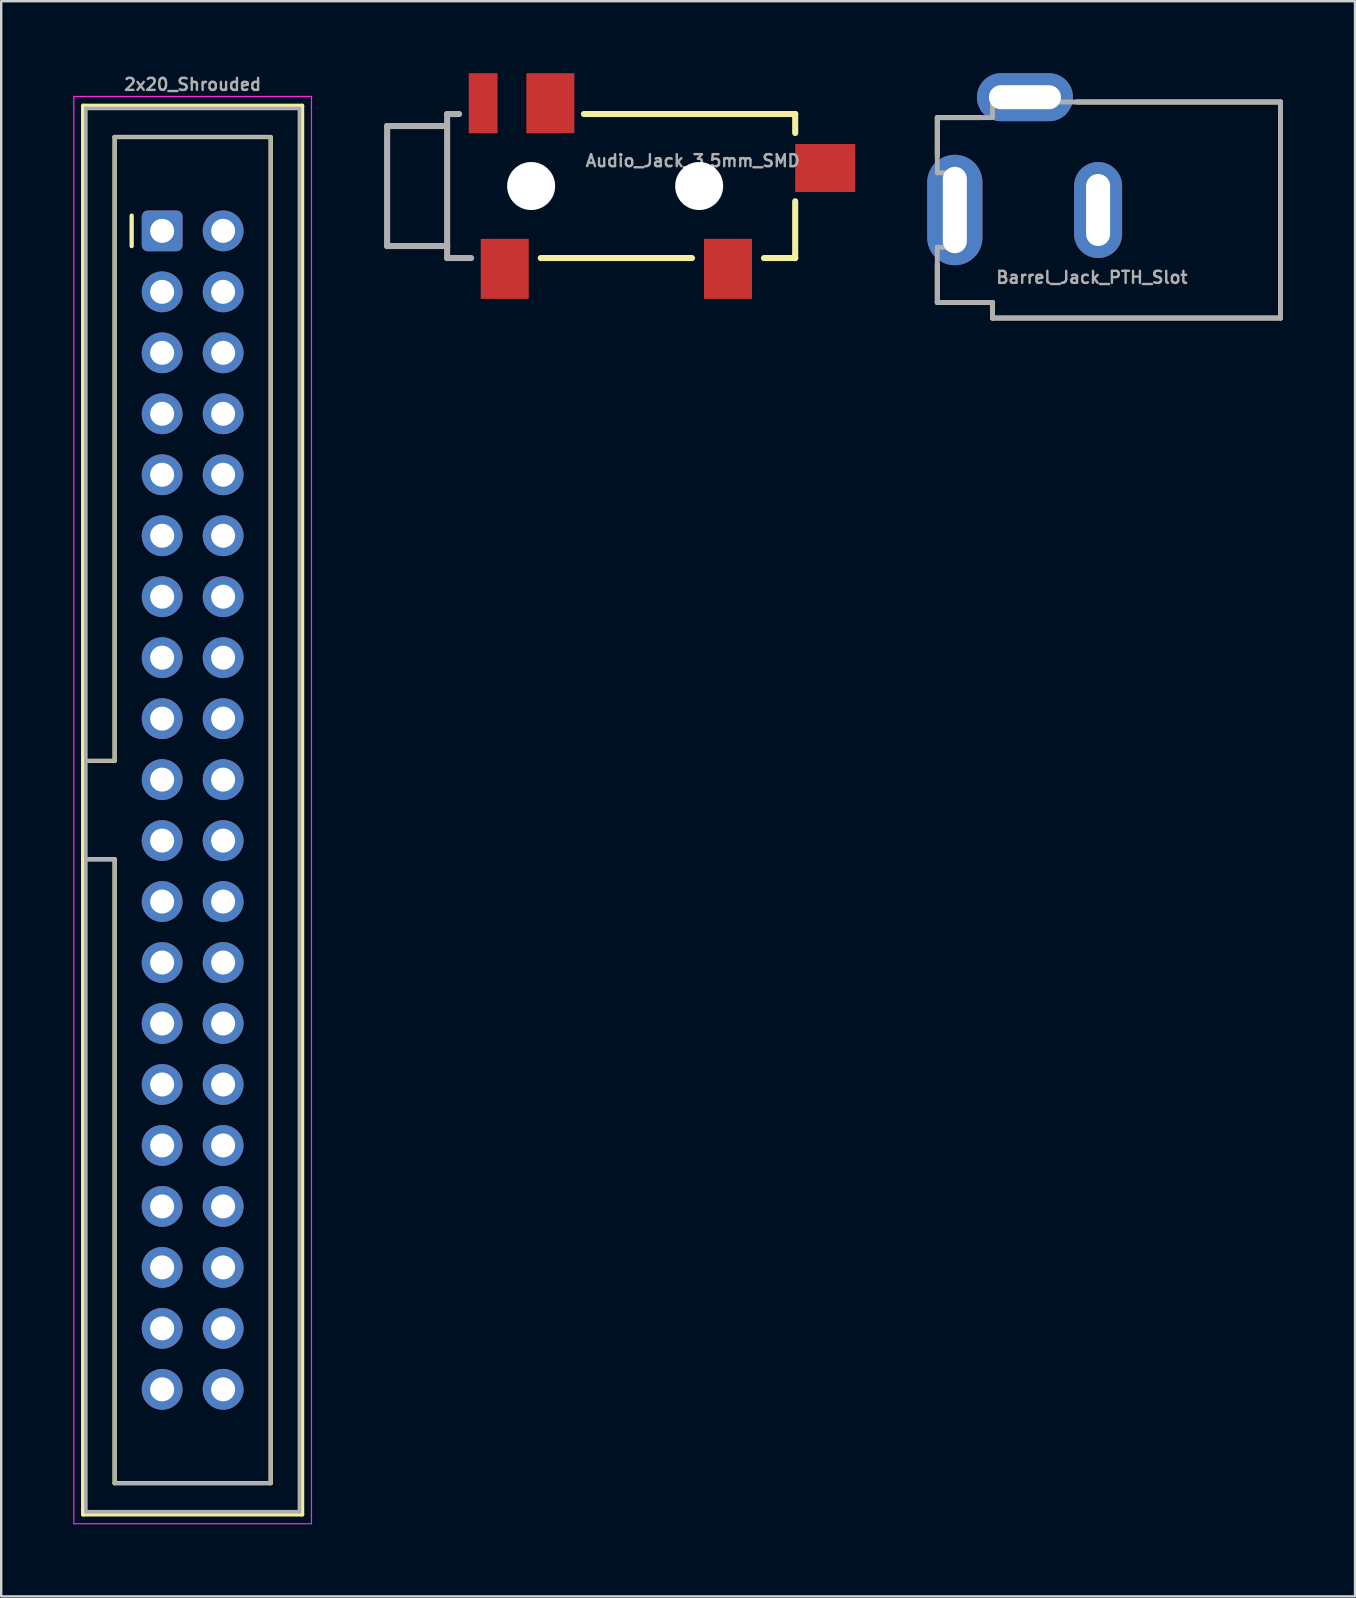
<source format=kicad_pcb>
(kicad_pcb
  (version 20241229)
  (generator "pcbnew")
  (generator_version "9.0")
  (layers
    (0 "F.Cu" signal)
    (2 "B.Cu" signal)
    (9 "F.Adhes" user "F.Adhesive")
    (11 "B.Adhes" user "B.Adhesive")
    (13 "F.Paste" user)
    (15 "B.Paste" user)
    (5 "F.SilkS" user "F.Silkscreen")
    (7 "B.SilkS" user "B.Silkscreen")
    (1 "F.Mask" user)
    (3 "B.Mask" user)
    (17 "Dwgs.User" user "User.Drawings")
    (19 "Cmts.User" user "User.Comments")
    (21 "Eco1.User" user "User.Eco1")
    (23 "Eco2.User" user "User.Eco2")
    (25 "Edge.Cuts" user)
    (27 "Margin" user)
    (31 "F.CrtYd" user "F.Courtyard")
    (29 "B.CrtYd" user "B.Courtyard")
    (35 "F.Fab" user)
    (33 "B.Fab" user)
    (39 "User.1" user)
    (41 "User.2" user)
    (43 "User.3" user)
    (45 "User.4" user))
  (footprint "Audio_Jack_3.5mm_SMD"
    (layer "F.Cu")
    (at 15.577 4.7)
    (property "Reference" "Audio_Jack_3.5mm_SMD" (at 5.715 -0.762 0) (layer "F.Fab") (effects (font (size 0.5 0.5) (thickness 0.1)) (justify left bottom)))
    (attr smd)
    (fp_line (start 3.9 3) (end 10.2 3) (stroke (width 0.254) (type solid)) (layer "F.SilkS"))
    (fp_line (start 14.5 -3) (end 5.7 -3) (stroke (width 0.254) (type solid)) (layer "F.SilkS"))
    (fp_line (start 14.5 -2.21) (end 14.5 -3) (stroke (width 0.254) (type solid)) (layer "F.SilkS"))
    (fp_line (start 14.5 0.635) (end 14.5 3) (stroke (width 0.254) (type solid)) (layer "F.SilkS"))
    (fp_line (start 14.5 3) (end 13.2 3) (stroke (width 0.254) (type solid)) (layer "F.SilkS"))
    (fp_line (start -2.5 -2.5) (end -2.5 2.5) (stroke (width 0.254) (type solid)) (layer "F.Fab"))
    (fp_line (start -2.5 2.5) (end 0 2.5) (stroke (width 0.254) (type solid)) (layer "F.Fab"))
    (fp_line (start -0.152 -2.5) (end -2.5 -2.5) (stroke (width 0.254) (type solid)) (layer "F.Fab"))
    (fp_line (start 0 -3) (end 0 2.5) (stroke (width 0.254) (type solid)) (layer "F.Fab"))
    (fp_line (start 0 2.5) (end 0 3) (stroke (width 0.254) (type solid)) (layer "F.Fab"))
    (fp_line (start 0 3) (end 1 3) (stroke (width 0.254) (type solid)) (layer "F.Fab"))
    (fp_line (start 0.5 -3) (end 0 -3) (stroke (width 0.254) (type solid)) (layer "F.Fab"))
    (pad "" np_thru_hole circle (at 3.5 0) (size 2 2) (drill 2) (layers "*.Cu" "*.Mask"))
    (pad "" np_thru_hole circle (at 10.5 0) (size 2 2) (drill 2) (layers "*.Cu" "*.Mask"))
    (pad "RING" smd rect (at 4.3 -3.45) (size 2 2.5) (layers "F.Cu" "F.Mask" "F.Paste"))
    (pad "RSH" smd rect (at 1.5 -3.45 180) (size 1.2 2.5) (layers "F.Cu" "F.Mask" "F.Paste"))
    (pad "SLEEVE" smd rect (at 2.4 3.45) (size 2 2.5) (layers "F.Cu" "F.Mask" "F.Paste"))
    (pad "TIP" smd rect (at 11.7 3.45) (size 2 2.5) (layers "F.Cu" "F.Mask" "F.Paste"))
    (pad "TSH" smd rect (at 15.75 -0.75 90) (size 2 2.5) (layers "F.Cu" "F.Mask" "F.Paste")))
  (footprint "Barrel_Jack_PTH_Slot"
    (layer "F.Cu")
    (at 42.696 5.699)
    (property "Reference" "Barrel_Jack_PTH_Slot" (at -4.3 3.1 0) (layer "F.Fab") (effects (font (size 0.5 0.5) (thickness 0.1)) (justify left bottom)))
    (attr through_hole)
    (fp_line (start -6.7 -3.85) (end -6.7 -2.25) (stroke (width 0.203) (type default)) (layer "F.SilkS"))
    (fp_line (start -6.7 -3.85) (end -4.85 -3.85) (stroke (width 0.203) (type default)) (layer "F.SilkS"))
    (fp_line (start -6.7 3.85) (end -6.7 2.25) (stroke (width 0.203) (type default)) (layer "F.SilkS"))
    (fp_line (start -4.4 3.85) (end -6.7 3.85) (stroke (width 0.203) (type default)) (layer "F.SilkS"))
    (fp_line (start -4.4 4.5) (end -4.4 3.85) (stroke (width 0.203) (type default)) (layer "F.SilkS"))
    (fp_line (start -4.4 4.5) (end 7.6 4.5) (stroke (width 0.203) (type solid)) (layer "F.SilkS"))
    (fp_line (start 7.6 -4.5) (end -0.9 -4.5) (stroke (width 0.203) (type solid)) (layer "F.SilkS"))
    (fp_line (start 7.6 -4.5) (end 7.6 4.5) (stroke (width 0.203) (type solid)) (layer "F.SilkS"))
    (fp_line (start -6.7 -3.85) (end -6.7 -1.55) (stroke (width 0.203) (type default)) (layer "F.Fab"))
    (fp_line (start -6.7 -3.85) (end -4.4 -3.85) (stroke (width 0.203) (type default)) (layer "F.Fab"))
    (fp_line (start -6.7 -1.55) (end -6.25 -1.55) (stroke (width 0.203) (type default)) (layer "F.Fab"))
    (fp_line (start -6.7 1.55) (end -6.25 1.55) (stroke (width 0.203) (type default)) (layer "F.Fab"))
    (fp_line (start -6.7 3.85) (end -6.7 1.55) (stroke (width 0.203) (type default)) (layer "F.Fab"))
    (fp_line (start -6.25 -1.55) (end -6.25 1.55) (stroke (width 0.203) (type default)) (layer "F.Fab"))
    (fp_line (start -4.4 -3.85) (end -4.4 -4.5) (stroke (width 0.203) (type default)) (layer "F.Fab"))
    (fp_line (start -4.4 3.85) (end -6.7 3.85) (stroke (width 0.203) (type default)) (layer "F.Fab"))
    (fp_line (start -4.4 4.5) (end -4.4 3.85) (stroke (width 0.203) (type default)) (layer "F.Fab"))
    (fp_line (start -4.4 4.5) (end 7.6 4.5) (stroke (width 0.203) (type solid)) (layer "F.Fab"))
    (fp_line (start 7.6 -4.5) (end -4.4 -4.5) (stroke (width 0.203) (type solid)) (layer "F.Fab"))
    (fp_line (start 7.6 -4.5) (end 7.6 4.5) (stroke (width 0.203) (type solid)) (layer "F.Fab"))
    (pad "GND" thru_hole oval (at 0 0 90) (size 4 2) (drill oval 3 1) (layers "*.Cu" "*.Mask"))
    (pad "GNDBREAK" thru_hole oval (at -3.048 -4.699) (size 4 2) (drill oval 3 1) (layers "*.Cu" "*.Mask"))
    (pad "PWR" thru_hole oval (at -5.969 0 90) (size 4.6 2.3) (drill oval 3.6 1) (layers "*.Cu" "*.Mask")))
  (footprint "2x20_Shrouded"
    (layer "F.Cu")
    (at 3.705 6.568)
    (property "Reference" "2x20_Shrouded" (at 1.27 -6.1 0) (layer "F.Fab") (effects (font (size 0.5 0.5) (thickness 0.1))))
    (attr through_hole)
    (fp_line (start -3.29 -5.21) (end 5.83 -5.21) (stroke (width 0.178) (type solid)) (layer "F.SilkS"))
    (fp_line (start -3.29 22.08) (end -1.98 22.08) (stroke (width 0.178) (type solid)) (layer "F.SilkS"))
    (fp_line (start -3.29 53.47) (end -3.29 -5.21) (stroke (width 0.178) (type solid)) (layer "F.SilkS"))
    (fp_line (start -1.98 -3.91) (end 4.52 -3.91) (stroke (width 0.178) (type solid)) (layer "F.SilkS"))
    (fp_line (start -1.98 22.08) (end -1.98 -3.91) (stroke (width 0.178) (type solid)) (layer "F.SilkS"))
    (fp_line (start -1.98 26.18) (end -3.29 26.18) (stroke (width 0.178) (type solid)) (layer "F.SilkS"))
    (fp_line (start -1.98 26.18) (end -1.98 26.18) (stroke (width 0.12) (type solid)) (layer "F.SilkS"))
    (fp_line (start -1.98 52.17) (end -1.98 26.18) (stroke (width 0.178) (type solid)) (layer "F.SilkS"))
    (fp_line (start -1.27 -0.635) (end -1.27 0.635) (stroke (width 0.178) (type solid)) (layer "F.SilkS"))
    (fp_line (start 4.52 -3.91) (end 4.52 52.17) (stroke (width 0.178) (type solid)) (layer "F.SilkS"))
    (fp_line (start 4.52 52.17) (end -1.98 52.17) (stroke (width 0.178) (type solid)) (layer "F.SilkS"))
    (fp_line (start 5.83 -5.21) (end 5.83 53.47) (stroke (width 0.178) (type solid)) (layer "F.SilkS"))
    (fp_line (start 5.83 53.47) (end -3.29 53.47) (stroke (width 0.178) (type solid)) (layer "F.SilkS"))
    (fp_line (start -3.68 -5.6) (end -3.68 53.86) (stroke (width 0.05) (type solid)) (layer "F.CrtYd"))
    (fp_line (start -3.68 53.86) (end 6.22 53.86) (stroke (width 0.05) (type solid)) (layer "F.CrtYd"))
    (fp_line (start 6.22 -5.6) (end -3.68 -5.6) (stroke (width 0.05) (type solid)) (layer "F.CrtYd"))
    (fp_line (start 6.22 53.86) (end 6.22 -5.6) (stroke (width 0.05) (type solid)) (layer "F.CrtYd"))
    (fp_line (start -3.18 -5.1) (end 5.72 -5.1) (stroke (width 0.152) (type solid)) (layer "F.Fab"))
    (fp_line (start -3.18 22.08) (end -1.98 22.08) (stroke (width 0.152) (type solid)) (layer "F.Fab"))
    (fp_line (start -3.18 53.36) (end -3.18 -5.1) (stroke (width 0.152) (type solid)) (layer "F.Fab"))
    (fp_line (start -1.98 -3.91) (end 4.52 -3.91) (stroke (width 0.152) (type solid)) (layer "F.Fab"))
    (fp_line (start -1.98 22.08) (end -1.98 -3.91) (stroke (width 0.152) (type solid)) (layer "F.Fab"))
    (fp_line (start -1.98 26.18) (end -3.18 26.18) (stroke (width 0.152) (type solid)) (layer "F.Fab"))
    (fp_line (start -1.98 26.18) (end -1.98 26.18) (stroke (width 0.1) (type solid)) (layer "F.Fab"))
    (fp_line (start -1.98 52.17) (end -1.98 26.18) (stroke (width 0.152) (type solid)) (layer "F.Fab"))
    (fp_line (start 4.52 -3.91) (end 4.52 52.17) (stroke (width 0.152) (type solid)) (layer "F.Fab"))
    (fp_line (start 4.52 52.17) (end -1.98 52.17) (stroke (width 0.152) (type solid)) (layer "F.Fab"))
    (fp_line (start 5.72 -5.1) (end 5.72 53.36) (stroke (width 0.152) (type solid)) (layer "F.Fab"))
    (fp_line (start 5.72 53.36) (end -3.18 53.36) (stroke (width 0.152) (type solid)) (layer "F.Fab"))
    (pad "1" thru_hole roundrect (at 0 0) (size 1.7 1.7) (drill 1) (layers "*.Cu" "*.Mask") (roundrect_rratio 0.147))
    (pad "2" thru_hole circle (at 2.54 0) (size 1.7 1.7) (drill 1) (layers "*.Cu" "*.Mask"))
    (pad "3" thru_hole circle (at 0 2.54) (size 1.7 1.7) (drill 1) (layers "*.Cu" "*.Mask"))
    (pad "4" thru_hole circle (at 2.54 2.54) (size 1.7 1.7) (drill 1) (layers "*.Cu" "*.Mask"))
    (pad "5" thru_hole circle (at 0 5.08) (size 1.7 1.7) (drill 1) (layers "*.Cu" "*.Mask"))
    (pad "6" thru_hole circle (at 2.54 5.08) (size 1.7 1.7) (drill 1) (layers "*.Cu" "*.Mask"))
    (pad "7" thru_hole circle (at 0 7.62) (size 1.7 1.7) (drill 1) (layers "*.Cu" "*.Mask"))
    (pad "8" thru_hole circle (at 2.54 7.62) (size 1.7 1.7) (drill 1) (layers "*.Cu" "*.Mask"))
    (pad "9" thru_hole circle (at 0 10.16) (size 1.7 1.7) (drill 1) (layers "*.Cu" "*.Mask"))
    (pad "10" thru_hole circle (at 2.54 10.16) (size 1.7 1.7) (drill 1) (layers "*.Cu" "*.Mask"))
    (pad "11" thru_hole circle (at 0 12.7) (size 1.7 1.7) (drill 1) (layers "*.Cu" "*.Mask"))
    (pad "12" thru_hole circle (at 2.54 12.7) (size 1.7 1.7) (drill 1) (layers "*.Cu" "*.Mask"))
    (pad "13" thru_hole circle (at 0 15.24) (size 1.7 1.7) (drill 1) (layers "*.Cu" "*.Mask"))
    (pad "14" thru_hole circle (at 2.54 15.24) (size 1.7 1.7) (drill 1) (layers "*.Cu" "*.Mask"))
    (pad "15" thru_hole circle (at 0 17.78) (size 1.7 1.7) (drill 1) (layers "*.Cu" "*.Mask"))
    (pad "16" thru_hole circle (at 2.54 17.78) (size 1.7 1.7) (drill 1) (layers "*.Cu" "*.Mask"))
    (pad "17" thru_hole circle (at 0 20.32) (size 1.7 1.7) (drill 1) (layers "*.Cu" "*.Mask"))
    (pad "18" thru_hole circle (at 2.54 20.32) (size 1.7 1.7) (drill 1) (layers "*.Cu" "*.Mask"))
    (pad "19" thru_hole circle (at 0 22.86) (size 1.7 1.7) (drill 1) (layers "*.Cu" "*.Mask"))
    (pad "20" thru_hole circle (at 2.54 22.86) (size 1.7 1.7) (drill 1) (layers "*.Cu" "*.Mask"))
    (pad "21" thru_hole circle (at 0 25.4) (size 1.7 1.7) (drill 1) (layers "*.Cu" "*.Mask"))
    (pad "22" thru_hole circle (at 2.54 25.4) (size 1.7 1.7) (drill 1) (layers "*.Cu" "*.Mask"))
    (pad "23" thru_hole circle (at 0 27.94) (size 1.7 1.7) (drill 1) (layers "*.Cu" "*.Mask"))
    (pad "24" thru_hole circle (at 2.54 27.94) (size 1.7 1.7) (drill 1) (layers "*.Cu" "*.Mask"))
    (pad "25" thru_hole circle (at 0 30.48) (size 1.7 1.7) (drill 1) (layers "*.Cu" "*.Mask"))
    (pad "26" thru_hole circle (at 2.54 30.48) (size 1.7 1.7) (drill 1) (layers "*.Cu" "*.Mask"))
    (pad "27" thru_hole circle (at 0 33.02) (size 1.7 1.7) (drill 1) (layers "*.Cu" "*.Mask"))
    (pad "28" thru_hole circle (at 2.54 33.02) (size 1.7 1.7) (drill 1) (layers "*.Cu" "*.Mask"))
    (pad "29" thru_hole circle (at 0 35.56) (size 1.7 1.7) (drill 1) (layers "*.Cu" "*.Mask"))
    (pad "30" thru_hole circle (at 2.54 35.56) (size 1.7 1.7) (drill 1) (layers "*.Cu" "*.Mask"))
    (pad "31" thru_hole circle (at 0 38.1) (size 1.7 1.7) (drill 1) (layers "*.Cu" "*.Mask"))
    (pad "32" thru_hole circle (at 2.54 38.1) (size 1.7 1.7) (drill 1) (layers "*.Cu" "*.Mask"))
    (pad "33" thru_hole circle (at 0 40.64) (size 1.7 1.7) (drill 1) (layers "*.Cu" "*.Mask"))
    (pad "34" thru_hole circle (at 2.54 40.64) (size 1.7 1.7) (drill 1) (layers "*.Cu" "*.Mask"))
    (pad "35" thru_hole circle (at 0 43.18) (size 1.7 1.7) (drill 1) (layers "*.Cu" "*.Mask"))
    (pad "36" thru_hole circle (at 2.54 43.18) (size 1.7 1.7) (drill 1) (layers "*.Cu" "*.Mask"))
    (pad "37" thru_hole circle (at 0 45.72) (size 1.7 1.7) (drill 1) (layers "*.Cu" "*.Mask"))
    (pad "38" thru_hole circle (at 2.54 45.72) (size 1.7 1.7) (drill 1) (layers "*.Cu" "*.Mask"))
    (pad "39" thru_hole circle (at 0 48.26) (size 1.7 1.7) (drill 1) (layers "*.Cu" "*.Mask"))
    (pad "40" thru_hole circle (at 2.54 48.26) (size 1.7 1.7) (drill 1) (layers "*.Cu" "*.Mask")))
  (gr_rect
    (start -3 -3)
    (end 53.398 63.453)
    (stroke (width 0.1) (type default))
    (fill no)
    (layer "Edge.Cuts")))
</source>
